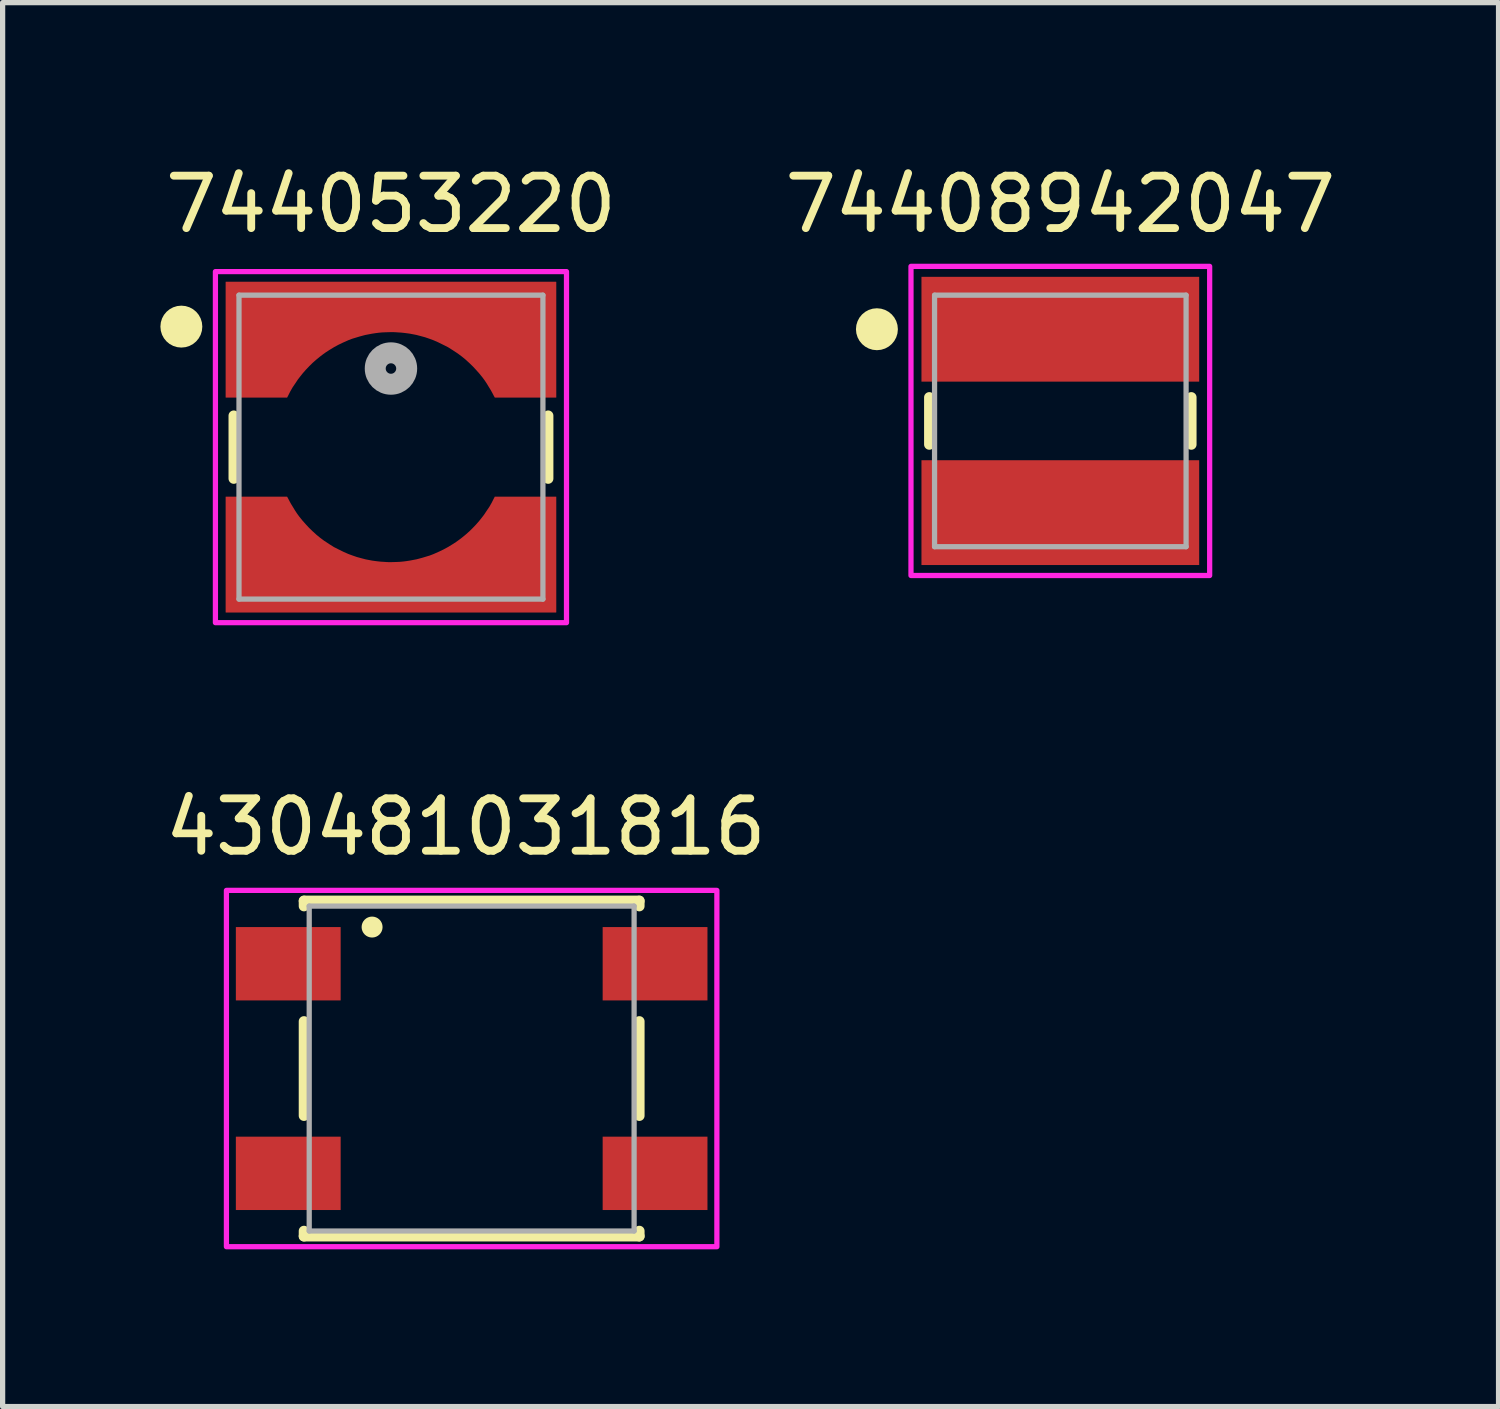
<source format=kicad_pcb>
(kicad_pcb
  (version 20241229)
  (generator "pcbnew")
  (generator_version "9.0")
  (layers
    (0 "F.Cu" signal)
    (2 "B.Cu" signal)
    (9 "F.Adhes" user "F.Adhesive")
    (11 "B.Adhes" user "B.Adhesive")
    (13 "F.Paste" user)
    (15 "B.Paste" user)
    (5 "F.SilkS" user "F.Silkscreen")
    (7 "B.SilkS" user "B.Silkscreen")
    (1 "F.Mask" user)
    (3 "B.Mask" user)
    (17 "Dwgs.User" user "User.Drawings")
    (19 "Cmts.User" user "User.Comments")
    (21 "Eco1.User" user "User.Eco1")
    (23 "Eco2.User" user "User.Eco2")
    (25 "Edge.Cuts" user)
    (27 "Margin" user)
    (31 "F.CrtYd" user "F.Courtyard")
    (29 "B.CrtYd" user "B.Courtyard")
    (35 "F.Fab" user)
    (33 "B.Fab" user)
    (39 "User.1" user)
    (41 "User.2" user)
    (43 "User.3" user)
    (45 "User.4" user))
  (footprint "74408942047"
    (layer "F.Cu")
    (at 17.185 4.983)
    (property "Reference" "74408942047" (at 0 -4.135 0) (layer "F.SilkS") (effects (font (size 1 1) (thickness 0.15))))
    (attr smd)
    (fp_line (start -2.5 0.45) (end -2.5 -0.45) (stroke (width 0.2) (type solid)) (layer "F.SilkS"))
    (fp_line (start 2.5 -0.45) (end 2.5 0.45) (stroke (width 0.2) (type solid)) (layer "F.SilkS"))
    (fp_circle (center -3.5 -1.75) (end -3.3 -1.75) (stroke (width 0.4) (type solid)) (fill no) (layer "F.SilkS"))
    (fp_poly (pts (xy 2.85 -2.95) (xy 2.85 2.95) (xy -2.85 2.95) (xy -2.85 -2.95)) (stroke (width 0.1) (type solid)) (fill no) (layer "F.CrtYd"))
    (fp_line (start -2.4 -2.4) (end 2.4 -2.4) (stroke (width 0.1) (type solid)) (layer "F.Fab"))
    (fp_line (start -2.4 2.4) (end -2.4 -2.4) (stroke (width 0.1) (type solid)) (layer "F.Fab"))
    (fp_line (start 2.4 -2.4) (end 2.4 2.4) (stroke (width 0.1) (type solid)) (layer "F.Fab"))
    (fp_line (start 2.4 2.4) (end -2.4 2.4) (stroke (width 0.1) (type solid)) (layer "F.Fab"))
    (pad "1" smd rect (at 0 -1.75) (size 5.3 2) (layers "F.Cu" "F.Mask" "F.Paste"))
    (pad "2" smd rect (at 0 1.75) (size 5.3 2) (layers "F.Cu" "F.Mask" "F.Paste")))
  (footprint "430481031816"
    (layer "F.Cu")
    (at 5.951 17.342)
    (property "Reference" "430481031816" (at -0.112 -4.611 0) (layer "F.SilkS") (effects (font (size 1 1) (thickness 0.15))))
    (attr smd)
    (fp_line (start -3.2 -3.2) (end 3.2 -3.2) (stroke (width 0.2) (type solid)) (layer "F.SilkS"))
    (fp_line (start -3.2 -3.1) (end -3.2 -3.2) (stroke (width 0.2) (type solid)) (layer "F.SilkS"))
    (fp_line (start -3.2 -0.9) (end -3.2 0.9) (stroke (width 0.2) (type solid)) (layer "F.SilkS"))
    (fp_line (start -3.2 3.1) (end -3.2 3.2) (stroke (width 0.2) (type solid)) (layer "F.SilkS"))
    (fp_line (start -3.2 3.2) (end 3.2 3.2) (stroke (width 0.2) (type solid)) (layer "F.SilkS"))
    (fp_line (start 3.2 -3.2) (end 3.2 -3.1) (stroke (width 0.2) (type solid)) (layer "F.SilkS"))
    (fp_line (start 3.2 -0.9) (end 3.2 0.9) (stroke (width 0.2) (type solid)) (layer "F.SilkS"))
    (fp_line (start 3.2 3.2) (end 3.2 3.1) (stroke (width 0.2) (type solid)) (layer "F.SilkS"))
    (fp_circle (center -1.9 -2.7) (end -1.8 -2.7) (stroke (width 0.2) (type solid)) (fill no) (layer "F.SilkS"))
    (fp_poly (pts (xy -4.68 -3.4) (xy 4.68 -3.4) (xy 4.68 3.4) (xy -4.68 3.4)) (stroke (width 0.1) (type solid)) (fill no) (layer "F.CrtYd"))
    (fp_line (start -3.1 -3.1) (end -3.1 3.1) (stroke (width 0.1) (type solid)) (layer "F.Fab"))
    (fp_line (start -3.1 3.1) (end 3.1 3.1) (stroke (width 0.1) (type solid)) (layer "F.Fab"))
    (fp_line (start 3.1 -3.1) (end -3.1 -3.1) (stroke (width 0.1) (type solid)) (layer "F.Fab"))
    (fp_line (start 3.1 3.1) (end 3.1 -3.1) (stroke (width 0.1) (type solid)) (layer "F.Fab"))
    (pad "1" smd rect (at -3.5 -2) (size 2 1.4) (layers "F.Cu" "F.Mask" "F.Paste"))
    (pad "2" smd rect (at 3.5 -2) (size 2 1.4) (layers "F.Cu" "F.Mask" "F.Paste"))
    (pad "3" smd rect (at -3.5 2) (size 2 1.4) (layers "F.Cu" "F.Mask" "F.Paste"))
    (pad "4" smd rect (at 3.5 2) (size 2 1.4) (layers "F.Cu" "F.Mask" "F.Paste")))
  (footprint "744053220"
    (layer "F.Cu")
    (at 4.411 5.483)
    (property "Reference" "744053220" (at 0 -4.635 0) (layer "F.SilkS") (effects (font (size 1 1) (thickness 0.15))))
    (attr smd)
    (fp_poly (pts (xy -3.25 3.25) (xy -3.25 0.85) (xy -1.922 0.85) (xy -1.909 0.874) (xy -1.88 0.932) (xy -1.858 0.979) (xy -1.821 1.047) (xy -1.79 1.098) (xy -1.75 1.161) (xy -1.712 1.217) (xy -1.664 1.282) (xy -1.614 1.345) (xy -1.569 1.397) (xy -1.505 1.465) (xy -1.458 1.512) (xy -1.41 1.559) (xy -1.378 1.584) (xy -1.274 1.674) (xy -1.195 1.728) (xy -1.097 1.793) (xy -0.993 1.852) (xy -0.898 1.901) (xy -0.797 1.943) (xy -0.702 1.98) (xy -0.601 2.014) (xy -0.511 2.037) (xy -0.439 2.055) (xy -0.378 2.066) (xy -0.298 2.081) (xy -0.23 2.087) (xy -0.18 2.093) (xy -0.058 2.1) (xy 0.006 2.101) (xy 0.098 2.098) (xy 0.166 2.093) (xy 0.222 2.089) (xy 0.301 2.079) (xy 0.369 2.068) (xy 0.428 2.057) (xy 0.514 2.037) (xy 0.596 2.015) (xy 0.661 1.994) (xy 0.761 1.958) (xy 0.829 1.929) (xy 0.932 1.882) (xy 0.998 1.848) (xy 1.053 1.817) (xy 1.102 1.788) (xy 1.149 1.757) (xy 1.196 1.725) (xy 1.251 1.688) (xy 1.321 1.633) (xy 1.383 1.581) (xy 1.445 1.525) (xy 1.501 1.467) (xy 1.564 1.403) (xy 1.634 1.32) (xy 1.679 1.263) (xy 1.73 1.19) (xy 1.771 1.127) (xy 1.83 1.029) (xy 1.878 0.944) (xy 1.92 0.85) (xy 3.25 0.85) (xy 3.25 3.25)) (stroke (width 0.01) (type solid)) (fill yes) (layer "F.Mask"))
    (fp_poly (pts (xy 3.25 -3.25) (xy 3.25 -0.85) (xy 1.922 -0.85) (xy 1.909 -0.874) (xy 1.88 -0.932) (xy 1.858 -0.979) (xy 1.821 -1.047) (xy 1.79 -1.098) (xy 1.75 -1.161) (xy 1.712 -1.217) (xy 1.664 -1.282) (xy 1.614 -1.345) (xy 1.569 -1.397) (xy 1.505 -1.465) (xy 1.458 -1.512) (xy 1.41 -1.559) (xy 1.378 -1.584) (xy 1.274 -1.674) (xy 1.195 -1.728) (xy 1.097 -1.793) (xy 0.993 -1.852) (xy 0.898 -1.901) (xy 0.797 -1.943) (xy 0.702 -1.98) (xy 0.601 -2.014) (xy 0.511 -2.037) (xy 0.439 -2.055) (xy 0.378 -2.066) (xy 0.298 -2.081) (xy 0.23 -2.087) (xy 0.18 -2.093) (xy 0.058 -2.1) (xy -0.006 -2.101) (xy -0.098 -2.098) (xy -0.166 -2.093) (xy -0.222 -2.089) (xy -0.301 -2.079) (xy -0.369 -2.068) (xy -0.428 -2.057) (xy -0.514 -2.037) (xy -0.596 -2.015) (xy -0.661 -1.994) (xy -0.761 -1.958) (xy -0.829 -1.929) (xy -0.932 -1.882) (xy -0.998 -1.848) (xy -1.053 -1.817) (xy -1.102 -1.788) (xy -1.149 -1.757) (xy -1.196 -1.725) (xy -1.251 -1.688) (xy -1.321 -1.633) (xy -1.383 -1.581) (xy -1.445 -1.525) (xy -1.501 -1.467) (xy -1.564 -1.403) (xy -1.634 -1.32) (xy -1.679 -1.263) (xy -1.73 -1.19) (xy -1.771 -1.127) (xy -1.83 -1.029) (xy -1.878 -0.944) (xy -1.92 -0.85) (xy -3.25 -0.85) (xy -3.25 -3.25)) (stroke (width 0.01) (type solid)) (fill yes) (layer "F.Mask"))
    (fp_line (start -3 -0.6) (end -3 0.6) (stroke (width 0.2) (type solid)) (layer "F.SilkS"))
    (fp_line (start 3 -0.6) (end 3 0.6) (stroke (width 0.2) (type solid)) (layer "F.SilkS"))
    (fp_circle (center -4 -2.3) (end -3.8 -2.3) (stroke (width 0.4) (type solid)) (fill no) (layer "F.SilkS"))
    (fp_poly (pts (xy -3.15 3.151) (xy -3.15 0.95) (xy -1.985 0.95) (xy -1.965 0.986) (xy -1.94 1.034) (xy -1.911 1.087) (xy -1.873 1.149) (xy -1.833 1.215) (xy -1.794 1.274) (xy -1.753 1.33) (xy -1.694 1.403) (xy -1.632 1.473) (xy -1.567 1.543) (xy -1.501 1.607) (xy -1.422 1.679) (xy -1.357 1.732) (xy -1.278 1.791) (xy -1.179 1.856) (xy -1.092 1.911) (xy -1.013 1.951) (xy -0.901 2.006) (xy -0.817 2.043) (xy -0.727 2.076) (xy -0.651 2.102) (xy -0.577 2.122) (xy -0.487 2.146) (xy -0.25 2.185) (xy -0.192 2.191) (xy -0.139 2.194) (xy -0.083 2.198) (xy -0.032 2.2) (xy 0.099 2.197) (xy 0.169 2.194) (xy 0.235 2.188) (xy 0.296 2.18) (xy 0.361 2.17) (xy 0.434 2.156) (xy 0.492 2.145) (xy 0.548 2.13) (xy 0.6 2.116) (xy 0.676 2.093) (xy 0.742 2.073) (xy 0.815 2.045) (xy 0.923 1.997) (xy 1.006 1.957) (xy 1.087 1.913) (xy 1.176 1.859) (xy 1.244 1.815) (xy 1.3 1.775) (xy 1.363 1.727) (xy 1.431 1.671) (xy 1.498 1.612) (xy 1.563 1.548) (xy 1.626 1.482) (xy 1.689 1.41) (xy 1.732 1.356) (xy 1.78 1.294) (xy 1.831 1.217) (xy 1.882 1.142) (xy 1.927 1.063) (xy 1.963 0.991) (xy 1.986 0.948) (xy 1.986 0.95) (xy 3.15 0.95) (xy 3.15 3.151)) (stroke (width 0.01) (type solid)) (fill yes) (layer "F.Paste"))
    (fp_poly (pts (xy 3.15 -3.151) (xy 3.15 -0.95) (xy 1.985 -0.95) (xy 1.965 -0.986) (xy 1.94 -1.034) (xy 1.911 -1.087) (xy 1.873 -1.149) (xy 1.833 -1.215) (xy 1.794 -1.274) (xy 1.753 -1.33) (xy 1.694 -1.403) (xy 1.632 -1.473) (xy 1.567 -1.543) (xy 1.501 -1.607) (xy 1.422 -1.679) (xy 1.357 -1.732) (xy 1.278 -1.791) (xy 1.179 -1.856) (xy 1.092 -1.911) (xy 1.013 -1.951) (xy 0.901 -2.006) (xy 0.817 -2.043) (xy 0.727 -2.076) (xy 0.651 -2.102) (xy 0.577 -2.122) (xy 0.487 -2.146) (xy 0.25 -2.185) (xy 0.192 -2.191) (xy 0.139 -2.194) (xy 0.083 -2.198) (xy 0.032 -2.2) (xy -0.099 -2.197) (xy -0.169 -2.194) (xy -0.235 -2.188) (xy -0.296 -2.18) (xy -0.361 -2.17) (xy -0.434 -2.156) (xy -0.492 -2.145) (xy -0.548 -2.13) (xy -0.6 -2.116) (xy -0.676 -2.093) (xy -0.742 -2.073) (xy -0.815 -2.045) (xy -0.923 -1.997) (xy -1.006 -1.957) (xy -1.087 -1.913) (xy -1.176 -1.859) (xy -1.244 -1.815) (xy -1.3 -1.775) (xy -1.363 -1.727) (xy -1.431 -1.671) (xy -1.498 -1.612) (xy -1.563 -1.548) (xy -1.626 -1.482) (xy -1.689 -1.41) (xy -1.732 -1.356) (xy -1.78 -1.294) (xy -1.831 -1.217) (xy -1.882 -1.142) (xy -1.927 -1.063) (xy -1.963 -0.991) (xy -1.986 -0.948) (xy -1.986 -0.95) (xy -3.15 -0.95) (xy -3.15 -3.151)) (stroke (width 0.01) (type solid)) (fill yes) (layer "F.Paste"))
    (fp_poly (pts (xy 3.35 -3.35) (xy 3.35 3.35) (xy -3.35 3.35) (xy -3.35 -3.35)) (stroke (width 0.1) (type solid)) (fill no) (layer "F.CrtYd"))
    (fp_line (start -2.9 -2.9) (end 2.9 -2.9) (stroke (width 0.1) (type solid)) (layer "F.Fab"))
    (fp_line (start -2.9 2.9) (end -2.9 -2.9) (stroke (width 0.1) (type solid)) (layer "F.Fab"))
    (fp_line (start -2.9 2.9) (end 2.9 2.9) (stroke (width 0.1) (type solid)) (layer "F.Fab"))
    (fp_line (start 2.9 2.9) (end 2.9 -2.9) (stroke (width 0.1) (type solid)) (layer "F.Fab"))
    (fp_circle (center 0 -1.5) (end 0.1 -1.5) (stroke (width 0.4) (type solid)) (fill no) (layer "F.Fab"))
    (pad "1" smd custom (at 0 -2.6) (size 6.3 0.8) (layers "F.Cu") (options (anchor rect)) (primitives (gr_poly (pts (xy 3.15 -0.551) (xy 3.15 1.65) (xy 1.985 1.65) (xy 1.965 1.614) (xy 1.94 1.566) (xy 1.911 1.513) (xy 1.873 1.451) (xy 1.833 1.385) (xy 1.794 1.326) (xy 1.753 1.27) (xy 1.694 1.197) (xy 1.632 1.127) (xy 1.567 1.057) (xy 1.501 0.993) (xy 1.422 0.921) (xy 1.357 0.868) (xy 1.278 0.809) (xy 1.179 0.744) (xy 1.092 0.689) (xy 1.013 0.649) (xy 0.901 0.594) (xy 0.817 0.557) (xy 0.727 0.524) (xy 0.651 0.498) (xy 0.577 0.478) (xy 0.487 0.454) (xy 0.43 0.443) (xy 0.362 0.43) (xy 0.306 0.422) (xy 0.25 0.415) (xy 0.192 0.409) (xy 0.139 0.406) (xy 0.083 0.402) (xy 0.032 0.4) (xy -0.026 0.401) (xy -0.099 0.403) (xy -0.169 0.406) (xy -0.235 0.412) (xy -0.296 0.42) (xy -0.361 0.43) (xy -0.434 0.444) (xy -0.492 0.455) (xy -0.548 0.47) (xy -0.6 0.484) (xy -0.676 0.507) (xy -0.742 0.527) (xy -0.815 0.555) (xy -0.923 0.603) (xy -1.006 0.643) (xy -1.087 0.687) (xy -1.176 0.741) (xy -1.244 0.785) (xy -1.3 0.825) (xy -1.363 0.873) (xy -1.431 0.929) (xy -1.498 0.988) (xy -1.563 1.052) (xy -1.626 1.118) (xy -1.689 1.19) (xy -1.732 1.244) (xy -1.78 1.306) (xy -1.831 1.383) (xy -1.882 1.458) (xy -1.927 1.537) (xy -1.963 1.609) (xy -1.986 1.652) (xy -1.986 1.65) (xy -3.15 1.65) (xy -3.15 -0.551)) (width 0.01) (fill yes))))
    (pad "2" smd custom (at 0 2.6) (size 6.3 0.8) (layers "F.Cu") (options (anchor rect)) (primitives (gr_poly (pts (xy -3.15 0.551) (xy -3.15 -1.65) (xy -1.985 -1.65) (xy -1.965 -1.614) (xy -1.94 -1.566) (xy -1.911 -1.513) (xy -1.873 -1.451) (xy -1.833 -1.385) (xy -1.794 -1.326) (xy -1.753 -1.27) (xy -1.694 -1.197) (xy -1.632 -1.127) (xy -1.567 -1.057) (xy -1.501 -0.993) (xy -1.422 -0.921) (xy -1.357 -0.868) (xy -1.278 -0.809) (xy -1.179 -0.744) (xy -1.092 -0.689) (xy -1.013 -0.649) (xy -0.901 -0.594) (xy -0.817 -0.557) (xy -0.727 -0.524) (xy -0.651 -0.498) (xy -0.577 -0.478) (xy -0.487 -0.454) (xy -0.43 -0.443) (xy -0.362 -0.43) (xy -0.306 -0.422) (xy -0.25 -0.415) (xy -0.192 -0.409) (xy -0.139 -0.406) (xy -0.083 -0.402) (xy -0.032 -0.4) (xy 0.026 -0.401) (xy 0.099 -0.403) (xy 0.169 -0.406) (xy 0.235 -0.412) (xy 0.296 -0.42) (xy 0.361 -0.43) (xy 0.492 -0.455) (xy 0.548 -0.47) (xy 0.6 -0.484) (xy 0.676 -0.507) (xy 0.742 -0.527) (xy 0.815 -0.555) (xy 0.923 -0.603) (xy 1.006 -0.643) (xy 1.087 -0.687) (xy 1.176 -0.741) (xy 1.244 -0.785) (xy 1.3 -0.825) (xy 1.363 -0.873) (xy 1.431 -0.929) (xy 1.498 -0.988) (xy 1.563 -1.052) (xy 1.626 -1.118) (xy 1.689 -1.19) (xy 1.732 -1.244) (xy 1.78 -1.306) (xy 1.831 -1.383) (xy 1.882 -1.458) (xy 1.927 -1.537) (xy 1.963 -1.609) (xy 1.986 -1.652) (xy 1.986 -1.65) (xy 3.15 -1.65) (xy 3.15 0.551)) (width 0.01) (fill yes)))))
  (gr_rect
    (start -3 -3)
    (end 25.548 23.792)
    (stroke (width 0.1) (type default))
    (fill no)
    (layer "Edge.Cuts")))
</source>
